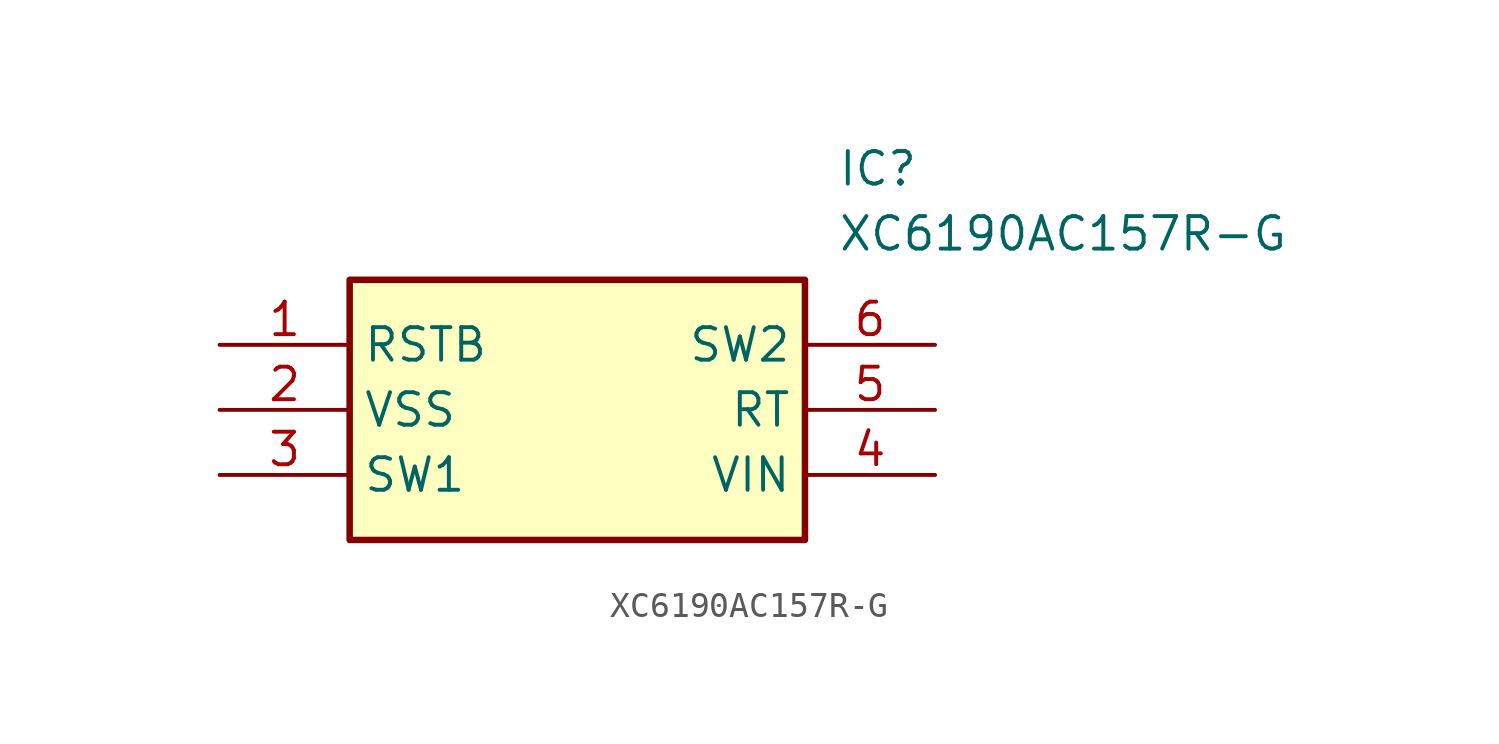
<source format=kicad_sym>
(kicad_symbol_lib
  (version 20211014)
  (generator SamacSys_ECAD_Model)
  (symbol "XC6190AC157R-G"
    (property "Reference" "IC"
      (at 24.13 7.62 0)
      (effects (font (size 1.27 1.27)) (justify left top)))
    (property "Value" "XC6190AC157R-G"
      (at 24.13 5.08 0)
      (effects (font (size 1.27 1.27)) (justify left top)))
    (rectangle
      (start 5.08 2.54)
      (end 22.86 -7.62)
      (stroke (width 0.254) (type default))
      (fill (type background)))
    (pin passive line
      (at 0 0 0)
      (length 5.08)
      (name "RSTB" (effects (font (size 1.27 1.27))))
      (number "1" (effects (font (size 1.27 1.27)))))
    (pin passive line
      (at 0 -2.54 0)
      (length 5.08)
      (name "VSS" (effects (font (size 1.27 1.27))))
      (number "2" (effects (font (size 1.27 1.27)))))
    (pin passive line
      (at 0 -5.08 0)
      (length 5.08)
      (name "SW1" (effects (font (size 1.27 1.27))))
      (number "3" (effects (font (size 1.27 1.27)))))
    (pin passive line
      (at 27.94 -5.08 180)
      (length 5.08)
      (name "VIN" (effects (font (size 1.27 1.27))))
      (number "4" (effects (font (size 1.27 1.27)))))
    (pin passive line
      (at 27.94 -2.54 180)
      (length 5.08)
      (name "RT" (effects (font (size 1.27 1.27))))
      (number "5" (effects (font (size 1.27 1.27)))))
    (pin passive line
      (at 27.94 0 180)
      (length 5.08)
      (name "SW2" (effects (font (size 1.27 1.27))))
      (number "6" (effects (font (size 1.27 1.27)))))))
</source>
